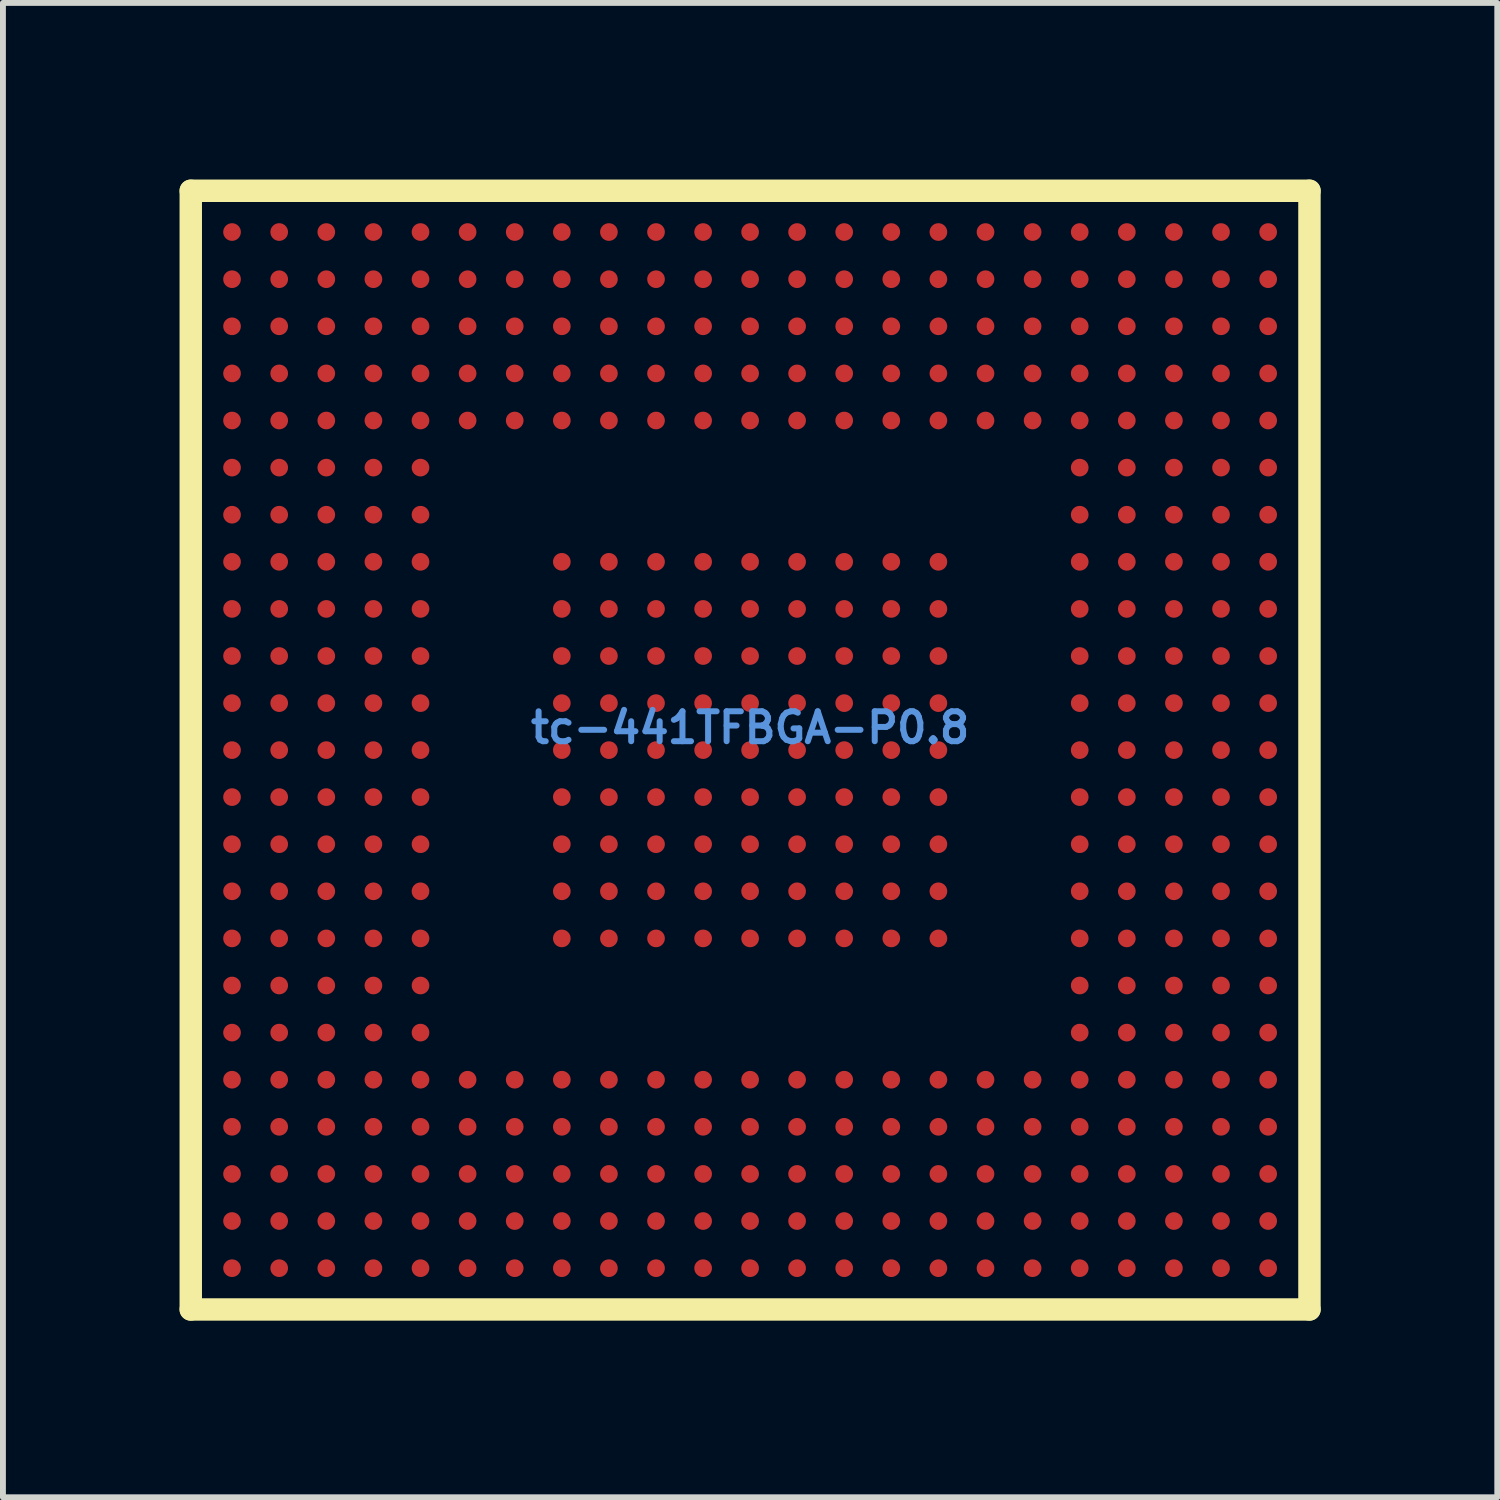
<source format=kicad_pcb>
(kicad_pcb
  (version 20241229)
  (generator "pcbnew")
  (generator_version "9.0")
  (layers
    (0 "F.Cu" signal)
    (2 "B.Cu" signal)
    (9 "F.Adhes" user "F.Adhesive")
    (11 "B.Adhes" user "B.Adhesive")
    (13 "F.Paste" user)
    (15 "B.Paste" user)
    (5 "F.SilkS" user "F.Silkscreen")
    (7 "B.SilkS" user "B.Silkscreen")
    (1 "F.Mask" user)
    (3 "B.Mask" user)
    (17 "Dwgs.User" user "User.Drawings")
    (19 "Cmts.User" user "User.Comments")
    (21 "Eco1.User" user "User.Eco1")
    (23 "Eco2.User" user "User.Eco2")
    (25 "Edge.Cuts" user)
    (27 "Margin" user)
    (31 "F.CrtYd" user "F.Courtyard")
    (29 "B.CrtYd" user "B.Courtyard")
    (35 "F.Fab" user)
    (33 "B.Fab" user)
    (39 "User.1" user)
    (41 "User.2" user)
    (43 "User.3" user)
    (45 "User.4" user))
  (footprint "tc-441TFBGA-P0.8"
    (layer "F.Cu")
    (at 9.69 9.69)
    (property "Reference" "tc-441TFBGA-P0.8" (at 0 -0.381 0) (layer "Cmts.User") (effects (font (size 0.508 0.508) (thickness 0.102))))
    (attr smd)
    (fp_line (start -9.5 -9.5) (end 9.5 -9.5) (stroke (width 0.381) (type solid)) (layer "F.SilkS"))
    (fp_line (start -9.5 9.5) (end -9.5 -9.5) (stroke (width 0.381) (type solid)) (layer "F.SilkS"))
    (fp_line (start 9.5 -9.5) (end 9.5 9.5) (stroke (width 0.381) (type solid)) (layer "F.SilkS"))
    (fp_line (start 9.5 9.5) (end -9.5 9.5) (stroke (width 0.381) (type solid)) (layer "F.SilkS"))
    (pad "A1" smd oval (at -8.799 -8.799) (size 0.3 0.3) (layers "F.Cu" "F.Mask" "F.Paste"))
    (pad "A2" smd oval (at -7.998 -8.799) (size 0.3 0.3) (layers "F.Cu" "F.Mask" "F.Paste"))
    (pad "A3" smd oval (at -7.198 -8.799) (size 0.3 0.3) (layers "F.Cu" "F.Mask" "F.Paste"))
    (pad "A4" smd oval (at -6.398 -8.799) (size 0.3 0.3) (layers "F.Cu" "F.Mask" "F.Paste"))
    (pad "A5" smd oval (at -5.598 -8.799) (size 0.3 0.3) (layers "F.Cu" "F.Mask" "F.Paste"))
    (pad "A6" smd oval (at -4.798 -8.799) (size 0.3 0.3) (layers "F.Cu" "F.Mask" "F.Paste"))
    (pad "A7" smd oval (at -3.998 -8.799) (size 0.3 0.3) (layers "F.Cu" "F.Mask" "F.Paste"))
    (pad "A8" smd oval (at -3.198 -8.799) (size 0.3 0.3) (layers "F.Cu" "F.Mask" "F.Paste"))
    (pad "A9" smd oval (at -2.398 -8.799) (size 0.3 0.3) (layers "F.Cu" "F.Mask" "F.Paste"))
    (pad "A10" smd oval (at -1.598 -8.799) (size 0.3 0.3) (layers "F.Cu" "F.Mask" "F.Paste"))
    (pad "A11" smd oval (at -0.798 -8.799) (size 0.3 0.3) (layers "F.Cu" "F.Mask" "F.Paste"))
    (pad "A12" smd oval (at 0 -8.799) (size 0.3 0.3) (layers "F.Cu" "F.Mask" "F.Paste"))
    (pad "A13" smd oval (at 0.798 -8.799) (size 0.3 0.3) (layers "F.Cu" "F.Mask" "F.Paste"))
    (pad "A14" smd oval (at 1.598 -8.799) (size 0.3 0.3) (layers "F.Cu" "F.Mask" "F.Paste"))
    (pad "A15" smd oval (at 2.398 -8.799) (size 0.3 0.3) (layers "F.Cu" "F.Mask" "F.Paste"))
    (pad "A16" smd oval (at 3.198 -8.799) (size 0.3 0.3) (layers "F.Cu" "F.Mask" "F.Paste"))
    (pad "A17" smd oval (at 3.998 -8.799) (size 0.3 0.3) (layers "F.Cu" "F.Mask" "F.Paste"))
    (pad "A18" smd oval (at 4.798 -8.799) (size 0.3 0.3) (layers "F.Cu" "F.Mask" "F.Paste"))
    (pad "A19" smd oval (at 5.598 -8.799) (size 0.3 0.3) (layers "F.Cu" "F.Mask" "F.Paste"))
    (pad "A20" smd oval (at 6.398 -8.799) (size 0.3 0.3) (layers "F.Cu" "F.Mask" "F.Paste"))
    (pad "A21" smd oval (at 7.198 -8.799) (size 0.3 0.3) (layers "F.Cu" "F.Mask" "F.Paste"))
    (pad "A22" smd oval (at 7.998 -8.799) (size 0.3 0.3) (layers "F.Cu" "F.Mask" "F.Paste"))
    (pad "A23" smd oval (at 8.799 -8.799) (size 0.3 0.3) (layers "F.Cu" "F.Mask" "F.Paste"))
    (pad "AA1" smd oval (at -8.799 7.198) (size 0.3 0.3) (layers "F.Cu" "F.Mask" "F.Paste"))
    (pad "AA2" smd oval (at -7.998 7.198) (size 0.3 0.3) (layers "F.Cu" "F.Mask" "F.Paste"))
    (pad "AA3" smd oval (at -7.198 7.198) (size 0.3 0.3) (layers "F.Cu" "F.Mask" "F.Paste"))
    (pad "AA4" smd oval (at -6.398 7.198) (size 0.3 0.3) (layers "F.Cu" "F.Mask" "F.Paste"))
    (pad "AA5" smd oval (at -5.598 7.198) (size 0.3 0.3) (layers "F.Cu" "F.Mask" "F.Paste"))
    (pad "AA6" smd oval (at -4.798 7.198) (size 0.3 0.3) (layers "F.Cu" "F.Mask" "F.Paste"))
    (pad "AA7" smd oval (at -3.998 7.198) (size 0.3 0.3) (layers "F.Cu" "F.Mask" "F.Paste"))
    (pad "AA8" smd oval (at -3.198 7.198) (size 0.3 0.3) (layers "F.Cu" "F.Mask" "F.Paste"))
    (pad "AA9" smd oval (at -2.398 7.198) (size 0.3 0.3) (layers "F.Cu" "F.Mask" "F.Paste"))
    (pad "AA10" smd oval (at -1.598 7.198) (size 0.3 0.3) (layers "F.Cu" "F.Mask" "F.Paste"))
    (pad "AA11" smd oval (at -0.798 7.198) (size 0.3 0.3) (layers "F.Cu" "F.Mask" "F.Paste"))
    (pad "AA12" smd oval (at 0 7.198) (size 0.3 0.3) (layers "F.Cu" "F.Mask" "F.Paste"))
    (pad "AA13" smd oval (at 0.798 7.198) (size 0.3 0.3) (layers "F.Cu" "F.Mask" "F.Paste"))
    (pad "AA14" smd oval (at 1.598 7.198) (size 0.3 0.3) (layers "F.Cu" "F.Mask" "F.Paste"))
    (pad "AA15" smd oval (at 2.398 7.198) (size 0.3 0.3) (layers "F.Cu" "F.Mask" "F.Paste"))
    (pad "AA16" smd oval (at 3.198 7.198) (size 0.3 0.3) (layers "F.Cu" "F.Mask" "F.Paste"))
    (pad "AA17" smd oval (at 3.998 7.198) (size 0.3 0.3) (layers "F.Cu" "F.Mask" "F.Paste"))
    (pad "AA18" smd oval (at 4.798 7.198) (size 0.3 0.3) (layers "F.Cu" "F.Mask" "F.Paste"))
    (pad "AA19" smd oval (at 5.598 7.198) (size 0.3 0.3) (layers "F.Cu" "F.Mask" "F.Paste"))
    (pad "AA20" smd oval (at 6.398 7.198) (size 0.3 0.3) (layers "F.Cu" "F.Mask" "F.Paste"))
    (pad "AA21" smd oval (at 7.198 7.198) (size 0.3 0.3) (layers "F.Cu" "F.Mask" "F.Paste"))
    (pad "AA22" smd oval (at 7.998 7.198) (size 0.3 0.3) (layers "F.Cu" "F.Mask" "F.Paste"))
    (pad "AA23" smd oval (at 8.799 7.198) (size 0.3 0.3) (layers "F.Cu" "F.Mask" "F.Paste"))
    (pad "AB1" smd oval (at -8.799 7.998) (size 0.3 0.3) (layers "F.Cu" "F.Mask" "F.Paste"))
    (pad "AB2" smd oval (at -7.998 7.998) (size 0.3 0.3) (layers "F.Cu" "F.Mask" "F.Paste"))
    (pad "AB3" smd oval (at -7.198 7.998) (size 0.3 0.3) (layers "F.Cu" "F.Mask" "F.Paste"))
    (pad "AB4" smd oval (at -6.398 7.998) (size 0.3 0.3) (layers "F.Cu" "F.Mask" "F.Paste"))
    (pad "AB5" smd oval (at -5.598 7.998) (size 0.3 0.3) (layers "F.Cu" "F.Mask" "F.Paste"))
    (pad "AB6" smd oval (at -4.798 7.998) (size 0.3 0.3) (layers "F.Cu" "F.Mask" "F.Paste"))
    (pad "AB7" smd oval (at -3.998 7.998) (size 0.3 0.3) (layers "F.Cu" "F.Mask" "F.Paste"))
    (pad "AB8" smd oval (at -3.198 7.998) (size 0.3 0.3) (layers "F.Cu" "F.Mask" "F.Paste"))
    (pad "AB9" smd oval (at -2.398 7.998) (size 0.3 0.3) (layers "F.Cu" "F.Mask" "F.Paste"))
    (pad "AB10" smd oval (at -1.598 7.998) (size 0.3 0.3) (layers "F.Cu" "F.Mask" "F.Paste"))
    (pad "AB11" smd oval (at -0.798 7.998) (size 0.3 0.3) (layers "F.Cu" "F.Mask" "F.Paste"))
    (pad "AB12" smd oval (at 0 7.998) (size 0.3 0.3) (layers "F.Cu" "F.Mask" "F.Paste"))
    (pad "AB13" smd oval (at 0.798 7.998) (size 0.3 0.3) (layers "F.Cu" "F.Mask" "F.Paste"))
    (pad "AB14" smd oval (at 1.598 7.998) (size 0.3 0.3) (layers "F.Cu" "F.Mask" "F.Paste"))
    (pad "AB15" smd oval (at 2.398 7.998) (size 0.3 0.3) (layers "F.Cu" "F.Mask" "F.Paste"))
    (pad "AB16" smd oval (at 3.198 7.998) (size 0.3 0.3) (layers "F.Cu" "F.Mask" "F.Paste"))
    (pad "AB17" smd oval (at 3.998 7.998) (size 0.3 0.3) (layers "F.Cu" "F.Mask" "F.Paste"))
    (pad "AB18" smd oval (at 4.798 7.998) (size 0.3 0.3) (layers "F.Cu" "F.Mask" "F.Paste"))
    (pad "AB19" smd oval (at 5.598 7.998) (size 0.3 0.3) (layers "F.Cu" "F.Mask" "F.Paste"))
    (pad "AB20" smd oval (at 6.398 7.998) (size 0.3 0.3) (layers "F.Cu" "F.Mask" "F.Paste"))
    (pad "AB21" smd oval (at 7.198 7.998) (size 0.3 0.3) (layers "F.Cu" "F.Mask" "F.Paste"))
    (pad "AB22" smd oval (at 7.998 7.998) (size 0.3 0.3) (layers "F.Cu" "F.Mask" "F.Paste"))
    (pad "AB23" smd oval (at 8.799 7.998) (size 0.3 0.3) (layers "F.Cu" "F.Mask" "F.Paste"))
    (pad "AC1" smd oval (at -8.799 8.799) (size 0.3 0.3) (layers "F.Cu" "F.Mask" "F.Paste"))
    (pad "AC2" smd oval (at -7.998 8.799) (size 0.3 0.3) (layers "F.Cu" "F.Mask" "F.Paste"))
    (pad "AC3" smd oval (at -7.198 8.799) (size 0.3 0.3) (layers "F.Cu" "F.Mask" "F.Paste"))
    (pad "AC4" smd oval (at -6.398 8.799) (size 0.3 0.3) (layers "F.Cu" "F.Mask" "F.Paste"))
    (pad "AC5" smd oval (at -5.598 8.799) (size 0.3 0.3) (layers "F.Cu" "F.Mask" "F.Paste"))
    (pad "AC6" smd oval (at -4.798 8.799) (size 0.3 0.3) (layers "F.Cu" "F.Mask" "F.Paste"))
    (pad "AC7" smd oval (at -3.998 8.799) (size 0.3 0.3) (layers "F.Cu" "F.Mask" "F.Paste"))
    (pad "AC8" smd oval (at -3.198 8.799) (size 0.3 0.3) (layers "F.Cu" "F.Mask" "F.Paste"))
    (pad "AC9" smd oval (at -2.398 8.799) (size 0.3 0.3) (layers "F.Cu" "F.Mask" "F.Paste"))
    (pad "AC10" smd oval (at -1.598 8.799) (size 0.3 0.3) (layers "F.Cu" "F.Mask" "F.Paste"))
    (pad "AC11" smd oval (at -0.798 8.799) (size 0.3 0.3) (layers "F.Cu" "F.Mask" "F.Paste"))
    (pad "AC12" smd oval (at 0 8.799) (size 0.3 0.3) (layers "F.Cu" "F.Mask" "F.Paste"))
    (pad "AC13" smd oval (at 0.798 8.799) (size 0.3 0.3) (layers "F.Cu" "F.Mask" "F.Paste"))
    (pad "AC14" smd oval (at 1.598 8.799) (size 0.3 0.3) (layers "F.Cu" "F.Mask" "F.Paste"))
    (pad "AC15" smd oval (at 2.398 8.799) (size 0.3 0.3) (layers "F.Cu" "F.Mask" "F.Paste"))
    (pad "AC16" smd oval (at 3.198 8.799) (size 0.3 0.3) (layers "F.Cu" "F.Mask" "F.Paste"))
    (pad "AC17" smd oval (at 3.998 8.799) (size 0.3 0.3) (layers "F.Cu" "F.Mask" "F.Paste"))
    (pad "AC18" smd oval (at 4.798 8.799) (size 0.3 0.3) (layers "F.Cu" "F.Mask" "F.Paste"))
    (pad "AC19" smd oval (at 5.598 8.799) (size 0.3 0.3) (layers "F.Cu" "F.Mask" "F.Paste"))
    (pad "AC20" smd oval (at 6.398 8.799) (size 0.3 0.3) (layers "F.Cu" "F.Mask" "F.Paste"))
    (pad "AC21" smd oval (at 7.198 8.799) (size 0.3 0.3) (layers "F.Cu" "F.Mask" "F.Paste"))
    (pad "AC22" smd oval (at 7.998 8.799) (size 0.3 0.3) (layers "F.Cu" "F.Mask" "F.Paste"))
    (pad "AC23" smd oval (at 8.799 8.799) (size 0.3 0.3) (layers "F.Cu" "F.Mask" "F.Paste"))
    (pad "B1" smd oval (at -8.799 -7.998) (size 0.3 0.3) (layers "F.Cu" "F.Mask" "F.Paste"))
    (pad "B2" smd oval (at -7.998 -7.998) (size 0.3 0.3) (layers "F.Cu" "F.Mask" "F.Paste"))
    (pad "B3" smd oval (at -7.198 -7.998) (size 0.3 0.3) (layers "F.Cu" "F.Mask" "F.Paste"))
    (pad "B4" smd oval (at -6.398 -7.998) (size 0.3 0.3) (layers "F.Cu" "F.Mask" "F.Paste"))
    (pad "B5" smd oval (at -5.598 -7.998) (size 0.3 0.3) (layers "F.Cu" "F.Mask" "F.Paste"))
    (pad "B6" smd oval (at -4.798 -7.998) (size 0.3 0.3) (layers "F.Cu" "F.Mask" "F.Paste"))
    (pad "B7" smd oval (at -3.998 -7.998) (size 0.3 0.3) (layers "F.Cu" "F.Mask" "F.Paste"))
    (pad "B8" smd oval (at -3.198 -7.998) (size 0.3 0.3) (layers "F.Cu" "F.Mask" "F.Paste"))
    (pad "B9" smd oval (at -2.398 -7.998) (size 0.3 0.3) (layers "F.Cu" "F.Mask" "F.Paste"))
    (pad "B10" smd oval (at -1.598 -7.998) (size 0.3 0.3) (layers "F.Cu" "F.Mask" "F.Paste"))
    (pad "B11" smd oval (at -0.798 -7.998) (size 0.3 0.3) (layers "F.Cu" "F.Mask" "F.Paste"))
    (pad "B12" smd oval (at 0 -7.998) (size 0.3 0.3) (layers "F.Cu" "F.Mask" "F.Paste"))
    (pad "B13" smd oval (at 0.798 -7.998) (size 0.3 0.3) (layers "F.Cu" "F.Mask" "F.Paste"))
    (pad "B14" smd oval (at 1.598 -7.998) (size 0.3 0.3) (layers "F.Cu" "F.Mask" "F.Paste"))
    (pad "B15" smd oval (at 2.398 -7.998) (size 0.3 0.3) (layers "F.Cu" "F.Mask" "F.Paste"))
    (pad "B16" smd oval (at 3.198 -7.998) (size 0.3 0.3) (layers "F.Cu" "F.Mask" "F.Paste"))
    (pad "B17" smd oval (at 3.998 -7.998) (size 0.3 0.3) (layers "F.Cu" "F.Mask" "F.Paste"))
    (pad "B18" smd oval (at 4.798 -7.998) (size 0.3 0.3) (layers "F.Cu" "F.Mask" "F.Paste"))
    (pad "B19" smd oval (at 5.598 -7.998) (size 0.3 0.3) (layers "F.Cu" "F.Mask" "F.Paste"))
    (pad "B20" smd oval (at 6.398 -7.998) (size 0.3 0.3) (layers "F.Cu" "F.Mask" "F.Paste"))
    (pad "B21" smd oval (at 7.198 -7.998) (size 0.3 0.3) (layers "F.Cu" "F.Mask" "F.Paste"))
    (pad "B22" smd oval (at 7.998 -7.998) (size 0.3 0.3) (layers "F.Cu" "F.Mask" "F.Paste"))
    (pad "B23" smd oval (at 8.799 -7.998) (size 0.3 0.3) (layers "F.Cu" "F.Mask" "F.Paste"))
    (pad "C1" smd oval (at -8.799 -7.198) (size 0.3 0.3) (layers "F.Cu" "F.Mask" "F.Paste"))
    (pad "C2" smd oval (at -7.998 -7.198) (size 0.3 0.3) (layers "F.Cu" "F.Mask" "F.Paste"))
    (pad "C3" smd oval (at -7.198 -7.198) (size 0.3 0.3) (layers "F.Cu" "F.Mask" "F.Paste"))
    (pad "C4" smd oval (at -6.398 -7.198) (size 0.3 0.3) (layers "F.Cu" "F.Mask" "F.Paste"))
    (pad "C5" smd oval (at -5.598 -7.198) (size 0.3 0.3) (layers "F.Cu" "F.Mask" "F.Paste"))
    (pad "C6" smd oval (at -4.798 -7.198) (size 0.3 0.3) (layers "F.Cu" "F.Mask" "F.Paste"))
    (pad "C7" smd oval (at -3.998 -7.198) (size 0.3 0.3) (layers "F.Cu" "F.Mask" "F.Paste"))
    (pad "C8" smd oval (at -3.198 -7.198) (size 0.3 0.3) (layers "F.Cu" "F.Mask" "F.Paste"))
    (pad "C9" smd oval (at -2.398 -7.198) (size 0.3 0.3) (layers "F.Cu" "F.Mask" "F.Paste"))
    (pad "C10" smd oval (at -1.598 -7.198) (size 0.3 0.3) (layers "F.Cu" "F.Mask" "F.Paste"))
    (pad "C11" smd oval (at -0.798 -7.198) (size 0.3 0.3) (layers "F.Cu" "F.Mask" "F.Paste"))
    (pad "C12" smd oval (at 0 -7.198) (size 0.3 0.3) (layers "F.Cu" "F.Mask" "F.Paste"))
    (pad "C13" smd oval (at 0.798 -7.198) (size 0.3 0.3) (layers "F.Cu" "F.Mask" "F.Paste"))
    (pad "C14" smd oval (at 1.598 -7.198) (size 0.3 0.3) (layers "F.Cu" "F.Mask" "F.Paste"))
    (pad "C15" smd oval (at 2.398 -7.198) (size 0.3 0.3) (layers "F.Cu" "F.Mask" "F.Paste"))
    (pad "C16" smd oval (at 3.198 -7.198) (size 0.3 0.3) (layers "F.Cu" "F.Mask" "F.Paste"))
    (pad "C17" smd oval (at 3.998 -7.198) (size 0.3 0.3) (layers "F.Cu" "F.Mask" "F.Paste"))
    (pad "C18" smd oval (at 4.798 -7.198) (size 0.3 0.3) (layers "F.Cu" "F.Mask" "F.Paste"))
    (pad "C19" smd oval (at 5.598 -7.198) (size 0.3 0.3) (layers "F.Cu" "F.Mask" "F.Paste"))
    (pad "C20" smd oval (at 6.398 -7.198) (size 0.3 0.3) (layers "F.Cu" "F.Mask" "F.Paste"))
    (pad "C21" smd oval (at 7.198 -7.198) (size 0.3 0.3) (layers "F.Cu" "F.Mask" "F.Paste"))
    (pad "C22" smd oval (at 7.998 -7.198) (size 0.3 0.3) (layers "F.Cu" "F.Mask" "F.Paste"))
    (pad "C23" smd oval (at 8.799 -7.198) (size 0.3 0.3) (layers "F.Cu" "F.Mask" "F.Paste"))
    (pad "D1" smd oval (at -8.799 -6.398) (size 0.3 0.3) (layers "F.Cu" "F.Mask" "F.Paste"))
    (pad "D2" smd oval (at -7.998 -6.398) (size 0.3 0.3) (layers "F.Cu" "F.Mask" "F.Paste"))
    (pad "D3" smd oval (at -7.198 -6.398) (size 0.3 0.3) (layers "F.Cu" "F.Mask" "F.Paste"))
    (pad "D4" smd oval (at -6.398 -6.398) (size 0.3 0.3) (layers "F.Cu" "F.Mask" "F.Paste"))
    (pad "D5" smd oval (at -5.598 -6.398) (size 0.3 0.3) (layers "F.Cu" "F.Mask" "F.Paste"))
    (pad "D6" smd oval (at -4.798 -6.398) (size 0.3 0.3) (layers "F.Cu" "F.Mask" "F.Paste"))
    (pad "D7" smd oval (at -3.998 -6.398) (size 0.3 0.3) (layers "F.Cu" "F.Mask" "F.Paste"))
    (pad "D8" smd oval (at -3.198 -6.398) (size 0.3 0.3) (layers "F.Cu" "F.Mask" "F.Paste"))
    (pad "D9" smd oval (at -2.398 -6.398) (size 0.3 0.3) (layers "F.Cu" "F.Mask" "F.Paste"))
    (pad "D10" smd oval (at -1.598 -6.398) (size 0.3 0.3) (layers "F.Cu" "F.Mask" "F.Paste"))
    (pad "D11" smd oval (at -0.798 -6.398) (size 0.3 0.3) (layers "F.Cu" "F.Mask" "F.Paste"))
    (pad "D12" smd oval (at 0 -6.398) (size 0.3 0.3) (layers "F.Cu" "F.Mask" "F.Paste"))
    (pad "D13" smd oval (at 0.798 -6.398) (size 0.3 0.3) (layers "F.Cu" "F.Mask" "F.Paste"))
    (pad "D14" smd oval (at 1.598 -6.398) (size 0.3 0.3) (layers "F.Cu" "F.Mask" "F.Paste"))
    (pad "D15" smd oval (at 2.398 -6.398) (size 0.3 0.3) (layers "F.Cu" "F.Mask" "F.Paste"))
    (pad "D16" smd oval (at 3.198 -6.398) (size 0.3 0.3) (layers "F.Cu" "F.Mask" "F.Paste"))
    (pad "D17" smd oval (at 3.998 -6.398) (size 0.3 0.3) (layers "F.Cu" "F.Mask" "F.Paste"))
    (pad "D18" smd oval (at 4.798 -6.398) (size 0.3 0.3) (layers "F.Cu" "F.Mask" "F.Paste"))
    (pad "D19" smd oval (at 5.598 -6.398) (size 0.3 0.3) (layers "F.Cu" "F.Mask" "F.Paste"))
    (pad "D20" smd oval (at 6.398 -6.398) (size 0.3 0.3) (layers "F.Cu" "F.Mask" "F.Paste"))
    (pad "D21" smd oval (at 7.198 -6.398) (size 0.3 0.3) (layers "F.Cu" "F.Mask" "F.Paste"))
    (pad "D22" smd oval (at 7.998 -6.398) (size 0.3 0.3) (layers "F.Cu" "F.Mask" "F.Paste"))
    (pad "D23" smd oval (at 8.799 -6.398) (size 0.3 0.3) (layers "F.Cu" "F.Mask" "F.Paste"))
    (pad "E1" smd oval (at -8.799 -5.598) (size 0.3 0.3) (layers "F.Cu" "F.Mask" "F.Paste"))
    (pad "E2" smd oval (at -7.998 -5.598) (size 0.3 0.3) (layers "F.Cu" "F.Mask" "F.Paste"))
    (pad "E3" smd oval (at -7.198 -5.598) (size 0.3 0.3) (layers "F.Cu" "F.Mask" "F.Paste"))
    (pad "E4" smd oval (at -6.398 -5.598) (size 0.3 0.3) (layers "F.Cu" "F.Mask" "F.Paste"))
    (pad "E5" smd oval (at -5.598 -5.598) (size 0.3 0.3) (layers "F.Cu" "F.Mask" "F.Paste"))
    (pad "E6" smd oval (at -4.798 -5.598) (size 0.3 0.3) (layers "F.Cu" "F.Mask" "F.Paste"))
    (pad "E7" smd oval (at -3.998 -5.598) (size 0.3 0.3) (layers "F.Cu" "F.Mask" "F.Paste"))
    (pad "E8" smd oval (at -3.198 -5.598) (size 0.3 0.3) (layers "F.Cu" "F.Mask" "F.Paste"))
    (pad "E9" smd oval (at -2.398 -5.598) (size 0.3 0.3) (layers "F.Cu" "F.Mask" "F.Paste"))
    (pad "E10" smd oval (at -1.598 -5.598) (size 0.3 0.3) (layers "F.Cu" "F.Mask" "F.Paste"))
    (pad "E11" smd oval (at -0.798 -5.598) (size 0.3 0.3) (layers "F.Cu" "F.Mask" "F.Paste"))
    (pad "E12" smd oval (at 0 -5.598) (size 0.3 0.3) (layers "F.Cu" "F.Mask" "F.Paste"))
    (pad "E13" smd oval (at 0.798 -5.598) (size 0.3 0.3) (layers "F.Cu" "F.Mask" "F.Paste"))
    (pad "E14" smd oval (at 1.598 -5.598) (size 0.3 0.3) (layers "F.Cu" "F.Mask" "F.Paste"))
    (pad "E15" smd oval (at 2.398 -5.598) (size 0.3 0.3) (layers "F.Cu" "F.Mask" "F.Paste"))
    (pad "E16" smd oval (at 3.198 -5.598) (size 0.3 0.3) (layers "F.Cu" "F.Mask" "F.Paste"))
    (pad "E17" smd oval (at 3.998 -5.598) (size 0.3 0.3) (layers "F.Cu" "F.Mask" "F.Paste"))
    (pad "E18" smd oval (at 4.798 -5.598) (size 0.3 0.3) (layers "F.Cu" "F.Mask" "F.Paste"))
    (pad "E19" smd oval (at 5.598 -5.598) (size 0.3 0.3) (layers "F.Cu" "F.Mask" "F.Paste"))
    (pad "E20" smd oval (at 6.398 -5.598) (size 0.3 0.3) (layers "F.Cu" "F.Mask" "F.Paste"))
    (pad "E21" smd oval (at 7.198 -5.598) (size 0.3 0.3) (layers "F.Cu" "F.Mask" "F.Paste"))
    (pad "E22" smd oval (at 7.998 -5.598) (size 0.3 0.3) (layers "F.Cu" "F.Mask" "F.Paste"))
    (pad "E23" smd oval (at 8.799 -5.598) (size 0.3 0.3) (layers "F.Cu" "F.Mask" "F.Paste"))
    (pad "F1" smd oval (at -8.799 -4.798) (size 0.3 0.3) (layers "F.Cu" "F.Mask" "F.Paste"))
    (pad "F2" smd oval (at -7.998 -4.798) (size 0.3 0.3) (layers "F.Cu" "F.Mask" "F.Paste"))
    (pad "F3" smd oval (at -7.198 -4.798) (size 0.3 0.3) (layers "F.Cu" "F.Mask" "F.Paste"))
    (pad "F4" smd oval (at -6.398 -4.798) (size 0.3 0.3) (layers "F.Cu" "F.Mask" "F.Paste"))
    (pad "F5" smd oval (at -5.598 -4.798) (size 0.3 0.3) (layers "F.Cu" "F.Mask" "F.Paste"))
    (pad "F19" smd oval (at 5.598 -4.798) (size 0.3 0.3) (layers "F.Cu" "F.Mask" "F.Paste"))
    (pad "F20" smd oval (at 6.398 -4.798) (size 0.3 0.3) (layers "F.Cu" "F.Mask" "F.Paste"))
    (pad "F21" smd oval (at 7.198 -4.798) (size 0.3 0.3) (layers "F.Cu" "F.Mask" "F.Paste"))
    (pad "F22" smd oval (at 7.998 -4.798) (size 0.3 0.3) (layers "F.Cu" "F.Mask" "F.Paste"))
    (pad "F23" smd oval (at 8.799 -4.798) (size 0.3 0.3) (layers "F.Cu" "F.Mask" "F.Paste"))
    (pad "G1" smd oval (at -8.799 -3.998) (size 0.3 0.3) (layers "F.Cu" "F.Mask" "F.Paste"))
    (pad "G2" smd oval (at -7.998 -3.998) (size 0.3 0.3) (layers "F.Cu" "F.Mask" "F.Paste"))
    (pad "G3" smd oval (at -7.198 -3.998) (size 0.3 0.3) (layers "F.Cu" "F.Mask" "F.Paste"))
    (pad "G4" smd oval (at -6.398 -3.998) (size 0.3 0.3) (layers "F.Cu" "F.Mask" "F.Paste"))
    (pad "G5" smd oval (at -5.598 -3.998) (size 0.3 0.3) (layers "F.Cu" "F.Mask" "F.Paste"))
    (pad "G19" smd oval (at 5.598 -3.998) (size 0.3 0.3) (layers "F.Cu" "F.Mask" "F.Paste"))
    (pad "G20" smd oval (at 6.398 -3.998) (size 0.3 0.3) (layers "F.Cu" "F.Mask" "F.Paste"))
    (pad "G21" smd oval (at 7.198 -3.998) (size 0.3 0.3) (layers "F.Cu" "F.Mask" "F.Paste"))
    (pad "G22" smd oval (at 7.998 -3.998) (size 0.3 0.3) (layers "F.Cu" "F.Mask" "F.Paste"))
    (pad "G23" smd oval (at 8.799 -3.998) (size 0.3 0.3) (layers "F.Cu" "F.Mask" "F.Paste"))
    (pad "H1" smd oval (at -8.799 -3.198) (size 0.3 0.3) (layers "F.Cu" "F.Mask" "F.Paste"))
    (pad "H2" smd oval (at -7.998 -3.198) (size 0.3 0.3) (layers "F.Cu" "F.Mask" "F.Paste"))
    (pad "H3" smd oval (at -7.198 -3.198) (size 0.3 0.3) (layers "F.Cu" "F.Mask" "F.Paste"))
    (pad "H4" smd oval (at -6.398 -3.198) (size 0.3 0.3) (layers "F.Cu" "F.Mask" "F.Paste"))
    (pad "H5" smd oval (at -5.598 -3.198) (size 0.3 0.3) (layers "F.Cu" "F.Mask" "F.Paste"))
    (pad "H8" smd oval (at -3.198 -3.198) (size 0.3 0.3) (layers "F.Cu" "F.Mask" "F.Paste"))
    (pad "H9" smd oval (at -2.398 -3.198) (size 0.3 0.3) (layers "F.Cu" "F.Mask" "F.Paste"))
    (pad "H10" smd oval (at -1.598 -3.198) (size 0.3 0.3) (layers "F.Cu" "F.Mask" "F.Paste"))
    (pad "H11" smd oval (at -0.798 -3.198) (size 0.3 0.3) (layers "F.Cu" "F.Mask" "F.Paste"))
    (pad "H12" smd oval (at 0 -3.198) (size 0.3 0.3) (layers "F.Cu" "F.Mask" "F.Paste"))
    (pad "H13" smd oval (at 0.798 -3.198) (size 0.3 0.3) (layers "F.Cu" "F.Mask" "F.Paste"))
    (pad "H14" smd oval (at 1.598 -3.198) (size 0.3 0.3) (layers "F.Cu" "F.Mask" "F.Paste"))
    (pad "H15" smd oval (at 2.398 -3.198) (size 0.3 0.3) (layers "F.Cu" "F.Mask" "F.Paste"))
    (pad "H16" smd oval (at 3.198 -3.198) (size 0.3 0.3) (layers "F.Cu" "F.Mask" "F.Paste"))
    (pad "H19" smd oval (at 5.598 -3.198) (size 0.3 0.3) (layers "F.Cu" "F.Mask" "F.Paste"))
    (pad "H20" smd oval (at 6.398 -3.198) (size 0.3 0.3) (layers "F.Cu" "F.Mask" "F.Paste"))
    (pad "H21" smd oval (at 7.198 -3.198) (size 0.3 0.3) (layers "F.Cu" "F.Mask" "F.Paste"))
    (pad "H22" smd oval (at 7.998 -3.198) (size 0.3 0.3) (layers "F.Cu" "F.Mask" "F.Paste"))
    (pad "H23" smd oval (at 8.799 -3.198) (size 0.3 0.3) (layers "F.Cu" "F.Mask" "F.Paste"))
    (pad "J1" smd oval (at -8.799 -2.398) (size 0.3 0.3) (layers "F.Cu" "F.Mask" "F.Paste"))
    (pad "J2" smd oval (at -7.998 -2.398) (size 0.3 0.3) (layers "F.Cu" "F.Mask" "F.Paste"))
    (pad "J3" smd oval (at -7.198 -2.398) (size 0.3 0.3) (layers "F.Cu" "F.Mask" "F.Paste"))
    (pad "J4" smd oval (at -6.398 -2.398) (size 0.3 0.3) (layers "F.Cu" "F.Mask" "F.Paste"))
    (pad "J5" smd oval (at -5.598 -2.398) (size 0.3 0.3) (layers "F.Cu" "F.Mask" "F.Paste"))
    (pad "J8" smd oval (at -3.198 -2.398) (size 0.3 0.3) (layers "F.Cu" "F.Mask" "F.Paste"))
    (pad "J9" smd oval (at -2.398 -2.398) (size 0.3 0.3) (layers "F.Cu" "F.Mask" "F.Paste"))
    (pad "J10" smd oval (at -1.598 -2.398) (size 0.3 0.3) (layers "F.Cu" "F.Mask" "F.Paste"))
    (pad "J11" smd oval (at -0.798 -2.398) (size 0.3 0.3) (layers "F.Cu" "F.Mask" "F.Paste"))
    (pad "J12" smd oval (at 0 -2.398) (size 0.3 0.3) (layers "F.Cu" "F.Mask" "F.Paste"))
    (pad "J13" smd oval (at 0.798 -2.398) (size 0.3 0.3) (layers "F.Cu" "F.Mask" "F.Paste"))
    (pad "J14" smd oval (at 1.598 -2.398) (size 0.3 0.3) (layers "F.Cu" "F.Mask" "F.Paste"))
    (pad "J15" smd oval (at 2.398 -2.398) (size 0.3 0.3) (layers "F.Cu" "F.Mask" "F.Paste"))
    (pad "J16" smd oval (at 3.198 -2.398) (size 0.3 0.3) (layers "F.Cu" "F.Mask" "F.Paste"))
    (pad "J19" smd oval (at 5.598 -2.398) (size 0.3 0.3) (layers "F.Cu" "F.Mask" "F.Paste"))
    (pad "J20" smd oval (at 6.398 -2.398) (size 0.3 0.3) (layers "F.Cu" "F.Mask" "F.Paste"))
    (pad "J21" smd oval (at 7.198 -2.398) (size 0.3 0.3) (layers "F.Cu" "F.Mask" "F.Paste"))
    (pad "J22" smd oval (at 7.998 -2.398) (size 0.3 0.3) (layers "F.Cu" "F.Mask" "F.Paste"))
    (pad "J23" smd oval (at 8.799 -2.398) (size 0.3 0.3) (layers "F.Cu" "F.Mask" "F.Paste"))
    (pad "K1" smd oval (at -8.799 -1.598) (size 0.3 0.3) (layers "F.Cu" "F.Mask" "F.Paste"))
    (pad "K2" smd oval (at -7.998 -1.598) (size 0.3 0.3) (layers "F.Cu" "F.Mask" "F.Paste"))
    (pad "K3" smd oval (at -7.198 -1.598) (size 0.3 0.3) (layers "F.Cu" "F.Mask" "F.Paste"))
    (pad "K4" smd oval (at -6.398 -1.598) (size 0.3 0.3) (layers "F.Cu" "F.Mask" "F.Paste"))
    (pad "K5" smd oval (at -5.598 -1.598) (size 0.3 0.3) (layers "F.Cu" "F.Mask" "F.Paste"))
    (pad "K8" smd oval (at -3.198 -1.598) (size 0.3 0.3) (layers "F.Cu" "F.Mask" "F.Paste"))
    (pad "K9" smd oval (at -2.398 -1.598) (size 0.3 0.3) (layers "F.Cu" "F.Mask" "F.Paste"))
    (pad "K10" smd oval (at -1.598 -1.598) (size 0.3 0.3) (layers "F.Cu" "F.Mask" "F.Paste"))
    (pad "K11" smd oval (at -0.798 -1.598) (size 0.3 0.3) (layers "F.Cu" "F.Mask" "F.Paste"))
    (pad "K12" smd oval (at 0 -1.598) (size 0.3 0.3) (layers "F.Cu" "F.Mask" "F.Paste"))
    (pad "K13" smd oval (at 0.798 -1.598) (size 0.3 0.3) (layers "F.Cu" "F.Mask" "F.Paste"))
    (pad "K14" smd oval (at 1.598 -1.598) (size 0.3 0.3) (layers "F.Cu" "F.Mask" "F.Paste"))
    (pad "K15" smd oval (at 2.398 -1.598) (size 0.3 0.3) (layers "F.Cu" "F.Mask" "F.Paste"))
    (pad "K16" smd oval (at 3.198 -1.598) (size 0.3 0.3) (layers "F.Cu" "F.Mask" "F.Paste"))
    (pad "K19" smd oval (at 5.598 -1.598) (size 0.3 0.3) (layers "F.Cu" "F.Mask" "F.Paste"))
    (pad "K20" smd oval (at 6.398 -1.598) (size 0.3 0.3) (layers "F.Cu" "F.Mask" "F.Paste"))
    (pad "K21" smd oval (at 7.198 -1.598) (size 0.3 0.3) (layers "F.Cu" "F.Mask" "F.Paste"))
    (pad "K22" smd oval (at 7.998 -1.598) (size 0.3 0.3) (layers "F.Cu" "F.Mask" "F.Paste"))
    (pad "K23" smd oval (at 8.799 -1.598) (size 0.3 0.3) (layers "F.Cu" "F.Mask" "F.Paste"))
    (pad "L1" smd oval (at -8.799 -0.798) (size 0.3 0.3) (layers "F.Cu" "F.Mask" "F.Paste"))
    (pad "L2" smd oval (at -7.998 -0.798) (size 0.3 0.3) (layers "F.Cu" "F.Mask" "F.Paste"))
    (pad "L3" smd oval (at -7.198 -0.798) (size 0.3 0.3) (layers "F.Cu" "F.Mask" "F.Paste"))
    (pad "L4" smd oval (at -6.398 -0.798) (size 0.3 0.3) (layers "F.Cu" "F.Mask" "F.Paste"))
    (pad "L5" smd oval (at -5.598 -0.798) (size 0.3 0.3) (layers "F.Cu" "F.Mask" "F.Paste"))
    (pad "L8" smd oval (at -3.198 -0.798) (size 0.3 0.3) (layers "F.Cu" "F.Mask" "F.Paste"))
    (pad "L9" smd oval (at -2.398 -0.798) (size 0.3 0.3) (layers "F.Cu" "F.Mask" "F.Paste"))
    (pad "L10" smd oval (at -1.598 -0.798) (size 0.3 0.3) (layers "F.Cu" "F.Mask" "F.Paste"))
    (pad "L11" smd oval (at -0.798 -0.798) (size 0.3 0.3) (layers "F.Cu" "F.Mask" "F.Paste"))
    (pad "L12" smd oval (at 0 -0.798) (size 0.3 0.3) (layers "F.Cu" "F.Mask" "F.Paste"))
    (pad "L13" smd oval (at 0.798 -0.798) (size 0.3 0.3) (layers "F.Cu" "F.Mask" "F.Paste"))
    (pad "L14" smd oval (at 1.598 -0.798) (size 0.3 0.3) (layers "F.Cu" "F.Mask" "F.Paste"))
    (pad "L15" smd oval (at 2.398 -0.798) (size 0.3 0.3) (layers "F.Cu" "F.Mask" "F.Paste"))
    (pad "L16" smd oval (at 3.198 -0.798) (size 0.3 0.3) (layers "F.Cu" "F.Mask" "F.Paste"))
    (pad "L19" smd oval (at 5.598 -0.798) (size 0.3 0.3) (layers "F.Cu" "F.Mask" "F.Paste"))
    (pad "L20" smd oval (at 6.398 -0.798) (size 0.3 0.3) (layers "F.Cu" "F.Mask" "F.Paste"))
    (pad "L21" smd oval (at 7.198 -0.798) (size 0.3 0.3) (layers "F.Cu" "F.Mask" "F.Paste"))
    (pad "L22" smd oval (at 7.998 -0.798) (size 0.3 0.3) (layers "F.Cu" "F.Mask" "F.Paste"))
    (pad "L23" smd oval (at 8.799 -0.798) (size 0.3 0.3) (layers "F.Cu" "F.Mask" "F.Paste"))
    (pad "M1" smd oval (at -8.799 0) (size 0.3 0.3) (layers "F.Cu" "F.Mask" "F.Paste"))
    (pad "M2" smd oval (at -7.998 0) (size 0.3 0.3) (layers "F.Cu" "F.Mask" "F.Paste"))
    (pad "M3" smd oval (at -7.198 0) (size 0.3 0.3) (layers "F.Cu" "F.Mask" "F.Paste"))
    (pad "M4" smd oval (at -6.398 0) (size 0.3 0.3) (layers "F.Cu" "F.Mask" "F.Paste"))
    (pad "M5" smd oval (at -5.598 0) (size 0.3 0.3) (layers "F.Cu" "F.Mask" "F.Paste"))
    (pad "M8" smd oval (at -3.198 0) (size 0.3 0.3) (layers "F.Cu" "F.Mask" "F.Paste"))
    (pad "M9" smd oval (at -2.398 0) (size 0.3 0.3) (layers "F.Cu" "F.Mask" "F.Paste"))
    (pad "M10" smd oval (at -1.598 0) (size 0.3 0.3) (layers "F.Cu" "F.Mask" "F.Paste"))
    (pad "M11" smd oval (at -0.798 0) (size 0.3 0.3) (layers "F.Cu" "F.Mask" "F.Paste"))
    (pad "M12" smd oval (at 0 0) (size 0.3 0.3) (layers "F.Cu" "F.Mask" "F.Paste"))
    (pad "M13" smd oval (at 0.798 0) (size 0.3 0.3) (layers "F.Cu" "F.Mask" "F.Paste"))
    (pad "M14" smd oval (at 1.598 0) (size 0.3 0.3) (layers "F.Cu" "F.Mask" "F.Paste"))
    (pad "M15" smd oval (at 2.398 0) (size 0.3 0.3) (layers "F.Cu" "F.Mask" "F.Paste"))
    (pad "M16" smd oval (at 3.198 0) (size 0.3 0.3) (layers "F.Cu" "F.Mask" "F.Paste"))
    (pad "M19" smd oval (at 5.598 0) (size 0.3 0.3) (layers "F.Cu" "F.Mask" "F.Paste"))
    (pad "M20" smd oval (at 6.398 0) (size 0.3 0.3) (layers "F.Cu" "F.Mask" "F.Paste"))
    (pad "M21" smd oval (at 7.198 0) (size 0.3 0.3) (layers "F.Cu" "F.Mask" "F.Paste"))
    (pad "M22" smd oval (at 7.998 0) (size 0.3 0.3) (layers "F.Cu" "F.Mask" "F.Paste"))
    (pad "M23" smd oval (at 8.799 0) (size 0.3 0.3) (layers "F.Cu" "F.Mask" "F.Paste"))
    (pad "N1" smd oval (at -8.799 0.798) (size 0.3 0.3) (layers "F.Cu" "F.Mask" "F.Paste"))
    (pad "N2" smd oval (at -7.998 0.798) (size 0.3 0.3) (layers "F.Cu" "F.Mask" "F.Paste"))
    (pad "N3" smd oval (at -7.198 0.798) (size 0.3 0.3) (layers "F.Cu" "F.Mask" "F.Paste"))
    (pad "N4" smd oval (at -6.398 0.798) (size 0.3 0.3) (layers "F.Cu" "F.Mask" "F.Paste"))
    (pad "N5" smd oval (at -5.598 0.798) (size 0.3 0.3) (layers "F.Cu" "F.Mask" "F.Paste"))
    (pad "N8" smd oval (at -3.198 0.798) (size 0.3 0.3) (layers "F.Cu" "F.Mask" "F.Paste"))
    (pad "N9" smd oval (at -2.398 0.798) (size 0.3 0.3) (layers "F.Cu" "F.Mask" "F.Paste"))
    (pad "N10" smd oval (at -1.598 0.798) (size 0.3 0.3) (layers "F.Cu" "F.Mask" "F.Paste"))
    (pad "N11" smd oval (at -0.798 0.798) (size 0.3 0.3) (layers "F.Cu" "F.Mask" "F.Paste"))
    (pad "N12" smd oval (at 0 0.798) (size 0.3 0.3) (layers "F.Cu" "F.Mask" "F.Paste"))
    (pad "N13" smd oval (at 0.798 0.798) (size 0.3 0.3) (layers "F.Cu" "F.Mask" "F.Paste"))
    (pad "N14" smd oval (at 1.598 0.798) (size 0.3 0.3) (layers "F.Cu" "F.Mask" "F.Paste"))
    (pad "N15" smd oval (at 2.398 0.798) (size 0.3 0.3) (layers "F.Cu" "F.Mask" "F.Paste"))
    (pad "N16" smd oval (at 3.198 0.798) (size 0.3 0.3) (layers "F.Cu" "F.Mask" "F.Paste"))
    (pad "N19" smd oval (at 5.598 0.798) (size 0.3 0.3) (layers "F.Cu" "F.Mask" "F.Paste"))
    (pad "N20" smd oval (at 6.398 0.798) (size 0.3 0.3) (layers "F.Cu" "F.Mask" "F.Paste"))
    (pad "N21" smd oval (at 7.198 0.798) (size 0.3 0.3) (layers "F.Cu" "F.Mask" "F.Paste"))
    (pad "N22" smd oval (at 7.998 0.798) (size 0.3 0.3) (layers "F.Cu" "F.Mask" "F.Paste"))
    (pad "N23" smd oval (at 8.799 0.798) (size 0.3 0.3) (layers "F.Cu" "F.Mask" "F.Paste"))
    (pad "P1" smd oval (at -8.799 1.598) (size 0.3 0.3) (layers "F.Cu" "F.Mask" "F.Paste"))
    (pad "P2" smd oval (at -7.998 1.598) (size 0.3 0.3) (layers "F.Cu" "F.Mask" "F.Paste"))
    (pad "P3" smd oval (at -7.198 1.598) (size 0.3 0.3) (layers "F.Cu" "F.Mask" "F.Paste"))
    (pad "P4" smd oval (at -6.398 1.598) (size 0.3 0.3) (layers "F.Cu" "F.Mask" "F.Paste"))
    (pad "P5" smd oval (at -5.598 1.598) (size 0.3 0.3) (layers "F.Cu" "F.Mask" "F.Paste"))
    (pad "P8" smd oval (at -3.198 1.598) (size 0.3 0.3) (layers "F.Cu" "F.Mask" "F.Paste"))
    (pad "P9" smd oval (at -2.398 1.598) (size 0.3 0.3) (layers "F.Cu" "F.Mask" "F.Paste"))
    (pad "P10" smd oval (at -1.598 1.598) (size 0.3 0.3) (layers "F.Cu" "F.Mask" "F.Paste"))
    (pad "P11" smd oval (at -0.798 1.598) (size 0.3 0.3) (layers "F.Cu" "F.Mask" "F.Paste"))
    (pad "P12" smd oval (at 0 1.598) (size 0.3 0.3) (layers "F.Cu" "F.Mask" "F.Paste"))
    (pad "P13" smd oval (at 0.798 1.598) (size 0.3 0.3) (layers "F.Cu" "F.Mask" "F.Paste"))
    (pad "P14" smd oval (at 1.598 1.598) (size 0.3 0.3) (layers "F.Cu" "F.Mask" "F.Paste"))
    (pad "P15" smd oval (at 2.398 1.598) (size 0.3 0.3) (layers "F.Cu" "F.Mask" "F.Paste"))
    (pad "P16" smd oval (at 3.198 1.598) (size 0.3 0.3) (layers "F.Cu" "F.Mask" "F.Paste"))
    (pad "P19" smd oval (at 5.598 1.598) (size 0.3 0.3) (layers "F.Cu" "F.Mask" "F.Paste"))
    (pad "P20" smd oval (at 6.398 1.598) (size 0.3 0.3) (layers "F.Cu" "F.Mask" "F.Paste"))
    (pad "P21" smd oval (at 7.198 1.598) (size 0.3 0.3) (layers "F.Cu" "F.Mask" "F.Paste"))
    (pad "P22" smd oval (at 7.998 1.598) (size 0.3 0.3) (layers "F.Cu" "F.Mask" "F.Paste"))
    (pad "P23" smd oval (at 8.799 1.598) (size 0.3 0.3) (layers "F.Cu" "F.Mask" "F.Paste"))
    (pad "R1" smd oval (at -8.799 2.398) (size 0.3 0.3) (layers "F.Cu" "F.Mask" "F.Paste"))
    (pad "R2" smd oval (at -7.998 2.398) (size 0.3 0.3) (layers "F.Cu" "F.Mask" "F.Paste"))
    (pad "R3" smd oval (at -7.198 2.398) (size 0.3 0.3) (layers "F.Cu" "F.Mask" "F.Paste"))
    (pad "R4" smd oval (at -6.398 2.398) (size 0.3 0.3) (layers "F.Cu" "F.Mask" "F.Paste"))
    (pad "R5" smd oval (at -5.598 2.398) (size 0.3 0.3) (layers "F.Cu" "F.Mask" "F.Paste"))
    (pad "R8" smd oval (at -3.198 2.398) (size 0.3 0.3) (layers "F.Cu" "F.Mask" "F.Paste"))
    (pad "R9" smd oval (at -2.398 2.398) (size 0.3 0.3) (layers "F.Cu" "F.Mask" "F.Paste"))
    (pad "R10" smd oval (at -1.598 2.398) (size 0.3 0.3) (layers "F.Cu" "F.Mask" "F.Paste"))
    (pad "R11" smd oval (at -0.798 2.398) (size 0.3 0.3) (layers "F.Cu" "F.Mask" "F.Paste"))
    (pad "R12" smd oval (at 0 2.398) (size 0.3 0.3) (layers "F.Cu" "F.Mask" "F.Paste"))
    (pad "R13" smd oval (at 0.798 2.398) (size 0.3 0.3) (layers "F.Cu" "F.Mask" "F.Paste"))
    (pad "R14" smd oval (at 1.598 2.398) (size 0.3 0.3) (layers "F.Cu" "F.Mask" "F.Paste"))
    (pad "R15" smd oval (at 2.398 2.398) (size 0.3 0.3) (layers "F.Cu" "F.Mask" "F.Paste"))
    (pad "R16" smd oval (at 3.198 2.398) (size 0.3 0.3) (layers "F.Cu" "F.Mask" "F.Paste"))
    (pad "R19" smd oval (at 5.598 2.398) (size 0.3 0.3) (layers "F.Cu" "F.Mask" "F.Paste"))
    (pad "R20" smd oval (at 6.398 2.398) (size 0.3 0.3) (layers "F.Cu" "F.Mask" "F.Paste"))
    (pad "R21" smd oval (at 7.198 2.398) (size 0.3 0.3) (layers "F.Cu" "F.Mask" "F.Paste"))
    (pad "R22" smd oval (at 7.998 2.398) (size 0.3 0.3) (layers "F.Cu" "F.Mask" "F.Paste"))
    (pad "R23" smd oval (at 8.799 2.398) (size 0.3 0.3) (layers "F.Cu" "F.Mask" "F.Paste"))
    (pad "T1" smd oval (at -8.799 3.198) (size 0.3 0.3) (layers "F.Cu" "F.Mask" "F.Paste"))
    (pad "T2" smd oval (at -7.998 3.198) (size 0.3 0.3) (layers "F.Cu" "F.Mask" "F.Paste"))
    (pad "T3" smd oval (at -7.198 3.198) (size 0.3 0.3) (layers "F.Cu" "F.Mask" "F.Paste"))
    (pad "T4" smd oval (at -6.398 3.198) (size 0.3 0.3) (layers "F.Cu" "F.Mask" "F.Paste"))
    (pad "T5" smd oval (at -5.598 3.198) (size 0.3 0.3) (layers "F.Cu" "F.Mask" "F.Paste"))
    (pad "T8" smd oval (at -3.198 3.198) (size 0.3 0.3) (layers "F.Cu" "F.Mask" "F.Paste"))
    (pad "T9" smd oval (at -2.398 3.198) (size 0.3 0.3) (layers "F.Cu" "F.Mask" "F.Paste"))
    (pad "T10" smd oval (at -1.598 3.198) (size 0.3 0.3) (layers "F.Cu" "F.Mask" "F.Paste"))
    (pad "T11" smd oval (at -0.798 3.198) (size 0.3 0.3) (layers "F.Cu" "F.Mask" "F.Paste"))
    (pad "T12" smd oval (at 0 3.198) (size 0.3 0.3) (layers "F.Cu" "F.Mask" "F.Paste"))
    (pad "T13" smd oval (at 0.798 3.198) (size 0.3 0.3) (layers "F.Cu" "F.Mask" "F.Paste"))
    (pad "T14" smd oval (at 1.598 3.198) (size 0.3 0.3) (layers "F.Cu" "F.Mask" "F.Paste"))
    (pad "T15" smd oval (at 2.398 3.198) (size 0.3 0.3) (layers "F.Cu" "F.Mask" "F.Paste"))
    (pad "T16" smd oval (at 3.198 3.198) (size 0.3 0.3) (layers "F.Cu" "F.Mask" "F.Paste"))
    (pad "T19" smd oval (at 5.598 3.198) (size 0.3 0.3) (layers "F.Cu" "F.Mask" "F.Paste"))
    (pad "T20" smd oval (at 6.398 3.198) (size 0.3 0.3) (layers "F.Cu" "F.Mask" "F.Paste"))
    (pad "T21" smd oval (at 7.198 3.198) (size 0.3 0.3) (layers "F.Cu" "F.Mask" "F.Paste"))
    (pad "T22" smd oval (at 7.998 3.198) (size 0.3 0.3) (layers "F.Cu" "F.Mask" "F.Paste"))
    (pad "T23" smd oval (at 8.799 3.198) (size 0.3 0.3) (layers "F.Cu" "F.Mask" "F.Paste"))
    (pad "U1" smd oval (at -8.799 3.998) (size 0.3 0.3) (layers "F.Cu" "F.Mask" "F.Paste"))
    (pad "U2" smd oval (at -7.998 3.998) (size 0.3 0.3) (layers "F.Cu" "F.Mask" "F.Paste"))
    (pad "U3" smd oval (at -7.198 3.998) (size 0.3 0.3) (layers "F.Cu" "F.Mask" "F.Paste"))
    (pad "U4" smd oval (at -6.398 3.998) (size 0.3 0.3) (layers "F.Cu" "F.Mask" "F.Paste"))
    (pad "U5" smd oval (at -5.598 3.998) (size 0.3 0.3) (layers "F.Cu" "F.Mask" "F.Paste"))
    (pad "U19" smd oval (at 5.598 3.998) (size 0.3 0.3) (layers "F.Cu" "F.Mask" "F.Paste"))
    (pad "U20" smd oval (at 6.398 3.998) (size 0.3 0.3) (layers "F.Cu" "F.Mask" "F.Paste"))
    (pad "U21" smd oval (at 7.198 3.998) (size 0.3 0.3) (layers "F.Cu" "F.Mask" "F.Paste"))
    (pad "U22" smd oval (at 7.998 3.998) (size 0.3 0.3) (layers "F.Cu" "F.Mask" "F.Paste"))
    (pad "U23" smd oval (at 8.799 3.998) (size 0.3 0.3) (layers "F.Cu" "F.Mask" "F.Paste"))
    (pad "V1" smd oval (at -8.799 4.798) (size 0.3 0.3) (layers "F.Cu" "F.Mask" "F.Paste"))
    (pad "V2" smd oval (at -7.998 4.798) (size 0.3 0.3) (layers "F.Cu" "F.Mask" "F.Paste"))
    (pad "V3" smd oval (at -7.198 4.798) (size 0.3 0.3) (layers "F.Cu" "F.Mask" "F.Paste"))
    (pad "V4" smd oval (at -6.398 4.798) (size 0.3 0.3) (layers "F.Cu" "F.Mask" "F.Paste"))
    (pad "V5" smd oval (at -5.598 4.798) (size 0.3 0.3) (layers "F.Cu" "F.Mask" "F.Paste"))
    (pad "V19" smd oval (at 5.598 4.798) (size 0.3 0.3) (layers "F.Cu" "F.Mask" "F.Paste"))
    (pad "V20" smd oval (at 6.398 4.798) (size 0.3 0.3) (layers "F.Cu" "F.Mask" "F.Paste"))
    (pad "V21" smd oval (at 7.198 4.798) (size 0.3 0.3) (layers "F.Cu" "F.Mask" "F.Paste"))
    (pad "V22" smd oval (at 7.998 4.798) (size 0.3 0.3) (layers "F.Cu" "F.Mask" "F.Paste"))
    (pad "V23" smd oval (at 8.799 4.798) (size 0.3 0.3) (layers "F.Cu" "F.Mask" "F.Paste"))
    (pad "W1" smd oval (at -8.799 5.598) (size 0.3 0.3) (layers "F.Cu" "F.Mask" "F.Paste"))
    (pad "W2" smd oval (at -7.998 5.598) (size 0.3 0.3) (layers "F.Cu" "F.Mask" "F.Paste"))
    (pad "W3" smd oval (at -7.198 5.598) (size 0.3 0.3) (layers "F.Cu" "F.Mask" "F.Paste"))
    (pad "W4" smd oval (at -6.398 5.598) (size 0.3 0.3) (layers "F.Cu" "F.Mask" "F.Paste"))
    (pad "W5" smd oval (at -5.598 5.598) (size 0.3 0.3) (layers "F.Cu" "F.Mask" "F.Paste"))
    (pad "W6" smd oval (at -4.798 5.598) (size 0.3 0.3) (layers "F.Cu" "F.Mask" "F.Paste"))
    (pad "W7" smd oval (at -3.998 5.598) (size 0.3 0.3) (layers "F.Cu" "F.Mask" "F.Paste"))
    (pad "W8" smd oval (at -3.198 5.598) (size 0.3 0.3) (layers "F.Cu" "F.Mask" "F.Paste"))
    (pad "W9" smd oval (at -2.398 5.598) (size 0.3 0.3) (layers "F.Cu" "F.Mask" "F.Paste"))
    (pad "W10" smd oval (at -1.598 5.598) (size 0.3 0.3) (layers "F.Cu" "F.Mask" "F.Paste"))
    (pad "W11" smd oval (at -0.798 5.598) (size 0.3 0.3) (layers "F.Cu" "F.Mask" "F.Paste"))
    (pad "W12" smd oval (at 0 5.598) (size 0.3 0.3) (layers "F.Cu" "F.Mask" "F.Paste"))
    (pad "W13" smd oval (at 0.798 5.598) (size 0.3 0.3) (layers "F.Cu" "F.Mask" "F.Paste"))
    (pad "W14" smd oval (at 1.598 5.598) (size 0.3 0.3) (layers "F.Cu" "F.Mask" "F.Paste"))
    (pad "W15" smd oval (at 2.398 5.598) (size 0.3 0.3) (layers "F.Cu" "F.Mask" "F.Paste"))
    (pad "W16" smd oval (at 3.198 5.598) (size 0.3 0.3) (layers "F.Cu" "F.Mask" "F.Paste"))
    (pad "W17" smd oval (at 3.998 5.598) (size 0.3 0.3) (layers "F.Cu" "F.Mask" "F.Paste"))
    (pad "W18" smd oval (at 4.798 5.598) (size 0.3 0.3) (layers "F.Cu" "F.Mask" "F.Paste"))
    (pad "W19" smd oval (at 5.598 5.598) (size 0.3 0.3) (layers "F.Cu" "F.Mask" "F.Paste"))
    (pad "W20" smd oval (at 6.398 5.598) (size 0.3 0.3) (layers "F.Cu" "F.Mask" "F.Paste"))
    (pad "W21" smd oval (at 7.198 5.598) (size 0.3 0.3) (layers "F.Cu" "F.Mask" "F.Paste"))
    (pad "W22" smd oval (at 7.998 5.598) (size 0.3 0.3) (layers "F.Cu" "F.Mask" "F.Paste"))
    (pad "W23" smd oval (at 8.799 5.598) (size 0.3 0.3) (layers "F.Cu" "F.Mask" "F.Paste"))
    (pad "Y1" smd oval (at -8.799 6.398) (size 0.3 0.3) (layers "F.Cu" "F.Mask" "F.Paste"))
    (pad "Y2" smd oval (at -7.998 6.398) (size 0.3 0.3) (layers "F.Cu" "F.Mask" "F.Paste"))
    (pad "Y3" smd oval (at -7.198 6.398) (size 0.3 0.3) (layers "F.Cu" "F.Mask" "F.Paste"))
    (pad "Y4" smd oval (at -6.398 6.398) (size 0.3 0.3) (layers "F.Cu" "F.Mask" "F.Paste"))
    (pad "Y5" smd oval (at -5.598 6.398) (size 0.3 0.3) (layers "F.Cu" "F.Mask" "F.Paste"))
    (pad "Y6" smd oval (at -4.798 6.398) (size 0.3 0.3) (layers "F.Cu" "F.Mask" "F.Paste"))
    (pad "Y7" smd oval (at -3.998 6.398) (size 0.3 0.3) (layers "F.Cu" "F.Mask" "F.Paste"))
    (pad "Y8" smd oval (at -3.198 6.398) (size 0.3 0.3) (layers "F.Cu" "F.Mask" "F.Paste"))
    (pad "Y9" smd oval (at -2.398 6.398) (size 0.3 0.3) (layers "F.Cu" "F.Mask" "F.Paste"))
    (pad "Y10" smd oval (at -1.598 6.398) (size 0.3 0.3) (layers "F.Cu" "F.Mask" "F.Paste"))
    (pad "Y11" smd oval (at -0.798 6.398) (size 0.3 0.3) (layers "F.Cu" "F.Mask" "F.Paste"))
    (pad "Y12" smd oval (at 0 6.398) (size 0.3 0.3) (layers "F.Cu" "F.Mask" "F.Paste"))
    (pad "Y13" smd oval (at 0.798 6.398) (size 0.3 0.3) (layers "F.Cu" "F.Mask" "F.Paste"))
    (pad "Y14" smd oval (at 1.598 6.398) (size 0.3 0.3) (layers "F.Cu" "F.Mask" "F.Paste"))
    (pad "Y15" smd oval (at 2.398 6.398) (size 0.3 0.3) (layers "F.Cu" "F.Mask" "F.Paste"))
    (pad "Y16" smd oval (at 3.198 6.398) (size 0.3 0.3) (layers "F.Cu" "F.Mask" "F.Paste"))
    (pad "Y17" smd oval (at 3.998 6.398) (size 0.3 0.3) (layers "F.Cu" "F.Mask" "F.Paste"))
    (pad "Y18" smd oval (at 4.798 6.398) (size 0.3 0.3) (layers "F.Cu" "F.Mask" "F.Paste"))
    (pad "Y19" smd oval (at 5.598 6.398) (size 0.3 0.3) (layers "F.Cu" "F.Mask" "F.Paste"))
    (pad "Y20" smd oval (at 6.398 6.398) (size 0.3 0.3) (layers "F.Cu" "F.Mask" "F.Paste"))
    (pad "Y21" smd oval (at 7.198 6.398) (size 0.3 0.3) (layers "F.Cu" "F.Mask" "F.Paste"))
    (pad "Y22" smd oval (at 7.998 6.398) (size 0.3 0.3) (layers "F.Cu" "F.Mask" "F.Paste"))
    (pad "Y23" smd oval (at 8.799 6.398) (size 0.3 0.3) (layers "F.Cu" "F.Mask" "F.Paste")))
  (gr_rect
    (start -3 -3)
    (end 22.38 22.38)
    (stroke (width 0.1) (type default))
    (fill no)
    (layer "Edge.Cuts")))
</source>
